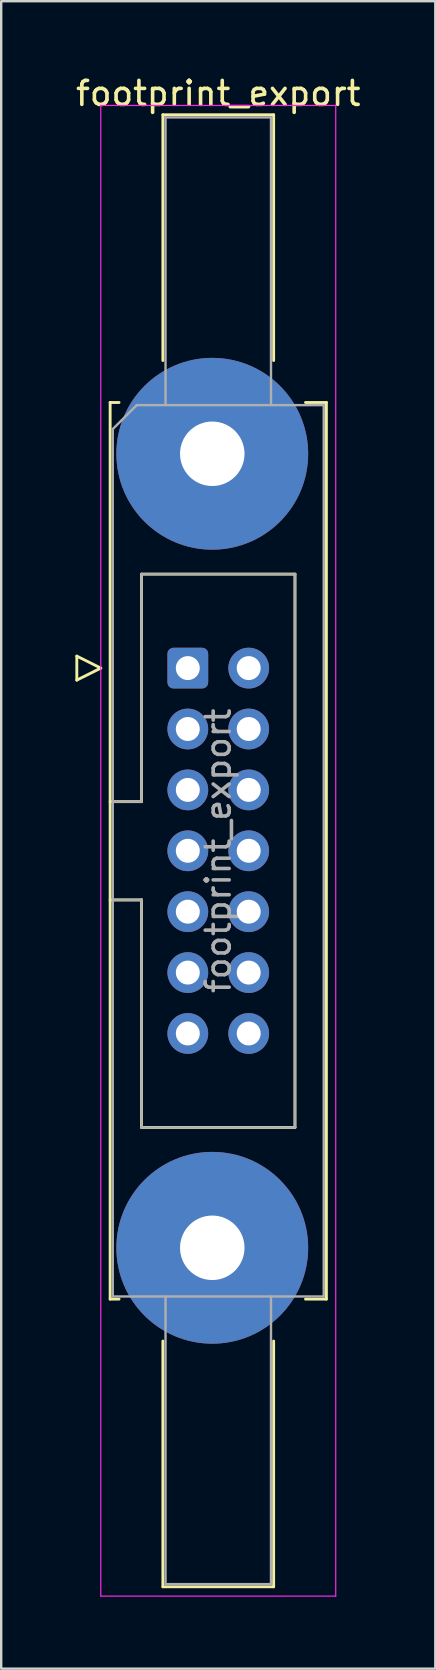
<source format=kicad_pcb>
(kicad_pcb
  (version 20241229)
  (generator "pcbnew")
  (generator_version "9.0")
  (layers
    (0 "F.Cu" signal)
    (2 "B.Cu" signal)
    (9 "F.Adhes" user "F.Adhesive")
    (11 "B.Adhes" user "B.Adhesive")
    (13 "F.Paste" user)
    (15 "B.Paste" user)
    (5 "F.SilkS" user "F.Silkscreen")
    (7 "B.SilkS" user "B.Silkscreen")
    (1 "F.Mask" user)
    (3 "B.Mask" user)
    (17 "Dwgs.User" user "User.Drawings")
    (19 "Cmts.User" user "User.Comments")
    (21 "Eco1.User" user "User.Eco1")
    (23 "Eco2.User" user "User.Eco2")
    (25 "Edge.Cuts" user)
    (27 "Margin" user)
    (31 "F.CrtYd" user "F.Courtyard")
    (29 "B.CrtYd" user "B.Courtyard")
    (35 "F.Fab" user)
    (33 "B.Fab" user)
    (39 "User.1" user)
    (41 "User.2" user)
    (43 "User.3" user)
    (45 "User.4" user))
  (footprint "footprint_export"
    (layer "F.Cu")
    (at 4.784 24.818)
    (property "Reference" "footprint_export" (at 1.27 -23.97 0) (layer "F.SilkS") (effects (font (size 1 1) (thickness 0.15))))
    (attr through_hole)
    (fp_line (start -4.63 -0.5) (end -4.63 0.5) (stroke (width 0.12) (type solid)) (layer "F.SilkS"))
    (fp_line (start -4.63 0.5) (end -3.63 0) (stroke (width 0.12) (type solid)) (layer "F.SilkS"))
    (fp_line (start -3.63 0) (end -4.63 -0.5) (stroke (width 0.12) (type solid)) (layer "F.SilkS"))
    (fp_line (start -3.24 -11.08) (end -3.24 26.32) (stroke (width 0.12) (type solid)) (layer "F.SilkS"))
    (fp_line (start -3.24 5.57) (end -1.93 5.57) (stroke (width 0.12) (type solid)) (layer "F.SilkS"))
    (fp_line (start -3.24 26.32) (end -2.87 26.32) (stroke (width 0.12) (type solid)) (layer "F.SilkS"))
    (fp_line (start -2.87 -11.08) (end -3.24 -11.08) (stroke (width 0.12) (type solid)) (layer "F.SilkS"))
    (fp_line (start -1.93 -3.92) (end 4.47 -3.92) (stroke (width 0.12) (type solid)) (layer "F.SilkS"))
    (fp_line (start -1.93 5.57) (end -1.93 -3.92) (stroke (width 0.12) (type solid)) (layer "F.SilkS"))
    (fp_line (start -1.93 9.67) (end -3.24 9.67) (stroke (width 0.12) (type solid)) (layer "F.SilkS"))
    (fp_line (start -1.93 9.67) (end -1.93 9.67) (stroke (width 0.12) (type solid)) (layer "F.SilkS"))
    (fp_line (start -1.93 19.16) (end -1.93 9.67) (stroke (width 0.12) (type solid)) (layer "F.SilkS"))
    (fp_line (start -1.04 -23.08) (end 3.58 -23.08) (stroke (width 0.12) (type solid)) (layer "F.SilkS"))
    (fp_line (start -1.04 -12.83) (end -1.04 -23.08) (stroke (width 0.12) (type solid)) (layer "F.SilkS"))
    (fp_line (start -1.04 28.07) (end -1.04 38.32) (stroke (width 0.12) (type solid)) (layer "F.SilkS"))
    (fp_line (start -1.04 38.32) (end 3.58 38.32) (stroke (width 0.12) (type solid)) (layer "F.SilkS"))
    (fp_line (start 3.58 -23.08) (end 3.58 -12.83) (stroke (width 0.12) (type solid)) (layer "F.SilkS"))
    (fp_line (start 3.58 38.32) (end 3.58 28.07) (stroke (width 0.12) (type solid)) (layer "F.SilkS"))
    (fp_line (start 4.47 -3.92) (end 4.47 19.16) (stroke (width 0.12) (type solid)) (layer "F.SilkS"))
    (fp_line (start 4.47 19.16) (end -1.93 19.16) (stroke (width 0.12) (type solid)) (layer "F.SilkS"))
    (fp_line (start 4.91 -11.08) (end 5.78 -11.08) (stroke (width 0.12) (type solid)) (layer "F.SilkS"))
    (fp_line (start 5.78 -11.08) (end 5.78 26.32) (stroke (width 0.12) (type solid)) (layer "F.SilkS"))
    (fp_line (start 5.78 26.32) (end 4.91 26.32) (stroke (width 0.12) (type solid)) (layer "F.SilkS"))
    (fp_line (start -3.63 -23.47) (end -3.63 38.71) (stroke (width 0.05) (type solid)) (layer "F.CrtYd"))
    (fp_line (start -3.63 38.71) (end 6.17 38.71) (stroke (width 0.05) (type solid)) (layer "F.CrtYd"))
    (fp_line (start 6.17 -23.47) (end -3.63 -23.47) (stroke (width 0.05) (type solid)) (layer "F.CrtYd"))
    (fp_line (start 6.17 38.71) (end 6.17 -23.47) (stroke (width 0.05) (type solid)) (layer "F.CrtYd"))
    (fp_line (start -3.13 -9.97) (end -2.13 -10.97) (stroke (width 0.1) (type solid)) (layer "F.Fab"))
    (fp_line (start -3.13 5.57) (end -1.93 5.57) (stroke (width 0.1) (type solid)) (layer "F.Fab"))
    (fp_line (start -3.13 26.21) (end -3.13 -9.97) (stroke (width 0.1) (type solid)) (layer "F.Fab"))
    (fp_line (start -2.13 -10.97) (end 5.67 -10.97) (stroke (width 0.1) (type solid)) (layer "F.Fab"))
    (fp_line (start -1.93 -3.92) (end 4.47 -3.92) (stroke (width 0.1) (type solid)) (layer "F.Fab"))
    (fp_line (start -1.93 5.57) (end -1.93 -3.92) (stroke (width 0.1) (type solid)) (layer "F.Fab"))
    (fp_line (start -1.93 9.67) (end -3.13 9.67) (stroke (width 0.1) (type solid)) (layer "F.Fab"))
    (fp_line (start -1.93 9.67) (end -1.93 9.67) (stroke (width 0.1) (type solid)) (layer "F.Fab"))
    (fp_line (start -1.93 19.16) (end -1.93 9.67) (stroke (width 0.1) (type solid)) (layer "F.Fab"))
    (fp_line (start -0.93 -22.97) (end 3.47 -22.97) (stroke (width 0.1) (type solid)) (layer "F.Fab"))
    (fp_line (start -0.93 -10.97) (end -0.93 -22.97) (stroke (width 0.1) (type solid)) (layer "F.Fab"))
    (fp_line (start -0.93 26.21) (end -0.93 38.21) (stroke (width 0.1) (type solid)) (layer "F.Fab"))
    (fp_line (start -0.93 38.21) (end 3.47 38.21) (stroke (width 0.1) (type solid)) (layer "F.Fab"))
    (fp_line (start 3.47 -22.97) (end 3.47 -10.97) (stroke (width 0.1) (type solid)) (layer "F.Fab"))
    (fp_line (start 3.47 38.21) (end 3.47 26.21) (stroke (width 0.1) (type solid)) (layer "F.Fab"))
    (fp_line (start 4.47 -3.92) (end 4.47 19.16) (stroke (width 0.1) (type solid)) (layer "F.Fab"))
    (fp_line (start 4.47 19.16) (end -1.93 19.16) (stroke (width 0.1) (type solid)) (layer "F.Fab"))
    (fp_line (start 5.67 -10.97) (end 5.67 26.21) (stroke (width 0.1) (type solid)) (layer "F.Fab"))
    (fp_line (start 5.67 26.21) (end -3.13 26.21) (stroke (width 0.1) (type solid)) (layer "F.Fab"))
    (fp_text user "${REFERENCE}" (at 1.27 7.62 90) (layer "F.Fab") (effects (font (size 1 1) (thickness 0.15))))
    (pad "1" thru_hole roundrect (at 0 0) (size 1.7 1.7) (drill 1) (layers "*.Cu" "*.Mask") (roundrect_rratio 0.147))
    (pad "2" thru_hole circle (at 2.54 0) (size 1.7 1.7) (drill 1) (layers "*.Cu" "*.Mask"))
    (pad "3" thru_hole circle (at 0 2.54) (size 1.7 1.7) (drill 1) (layers "*.Cu" "*.Mask"))
    (pad "4" thru_hole circle (at 2.54 2.54) (size 1.7 1.7) (drill 1) (layers "*.Cu" "*.Mask"))
    (pad "5" thru_hole circle (at 0 5.08) (size 1.7 1.7) (drill 1) (layers "*.Cu" "*.Mask"))
    (pad "6" thru_hole circle (at 2.54 5.08) (size 1.7 1.7) (drill 1) (layers "*.Cu" "*.Mask"))
    (pad "7" thru_hole circle (at 0 7.62) (size 1.7 1.7) (drill 1) (layers "*.Cu" "*.Mask"))
    (pad "8" thru_hole circle (at 2.54 7.62) (size 1.7 1.7) (drill 1) (layers "*.Cu" "*.Mask"))
    (pad "9" thru_hole circle (at 0 10.16) (size 1.7 1.7) (drill 1) (layers "*.Cu" "*.Mask"))
    (pad "10" thru_hole circle (at 2.54 10.16) (size 1.7 1.7) (drill 1) (layers "*.Cu" "*.Mask"))
    (pad "11" thru_hole circle (at 0 12.7) (size 1.7 1.7) (drill 1) (layers "*.Cu" "*.Mask"))
    (pad "12" thru_hole circle (at 2.54 12.7) (size 1.7 1.7) (drill 1) (layers "*.Cu" "*.Mask"))
    (pad "13" thru_hole circle (at 0 15.24) (size 1.7 1.7) (drill 1) (layers "*.Cu" "*.Mask"))
    (pad "14" thru_hole circle (at 2.54 15.24) (size 1.7 1.7) (drill 1) (layers "*.Cu" "*.Mask"))
    (pad "MP" thru_hole circle (at 1.02 -8.94) (size 8 8) (drill 2.69) (layers "*.Cu" "*.Mask"))
    (pad "MP" thru_hole circle (at 1.02 24.18) (size 8 8) (drill 2.69) (layers "*.Cu" "*.Mask")))
  (gr_rect
    (start -3 -3)
    (end 15.107 66.553)
    (stroke (width 0.1) (type default))
    (fill no)
    (layer "Edge.Cuts")))
</source>
